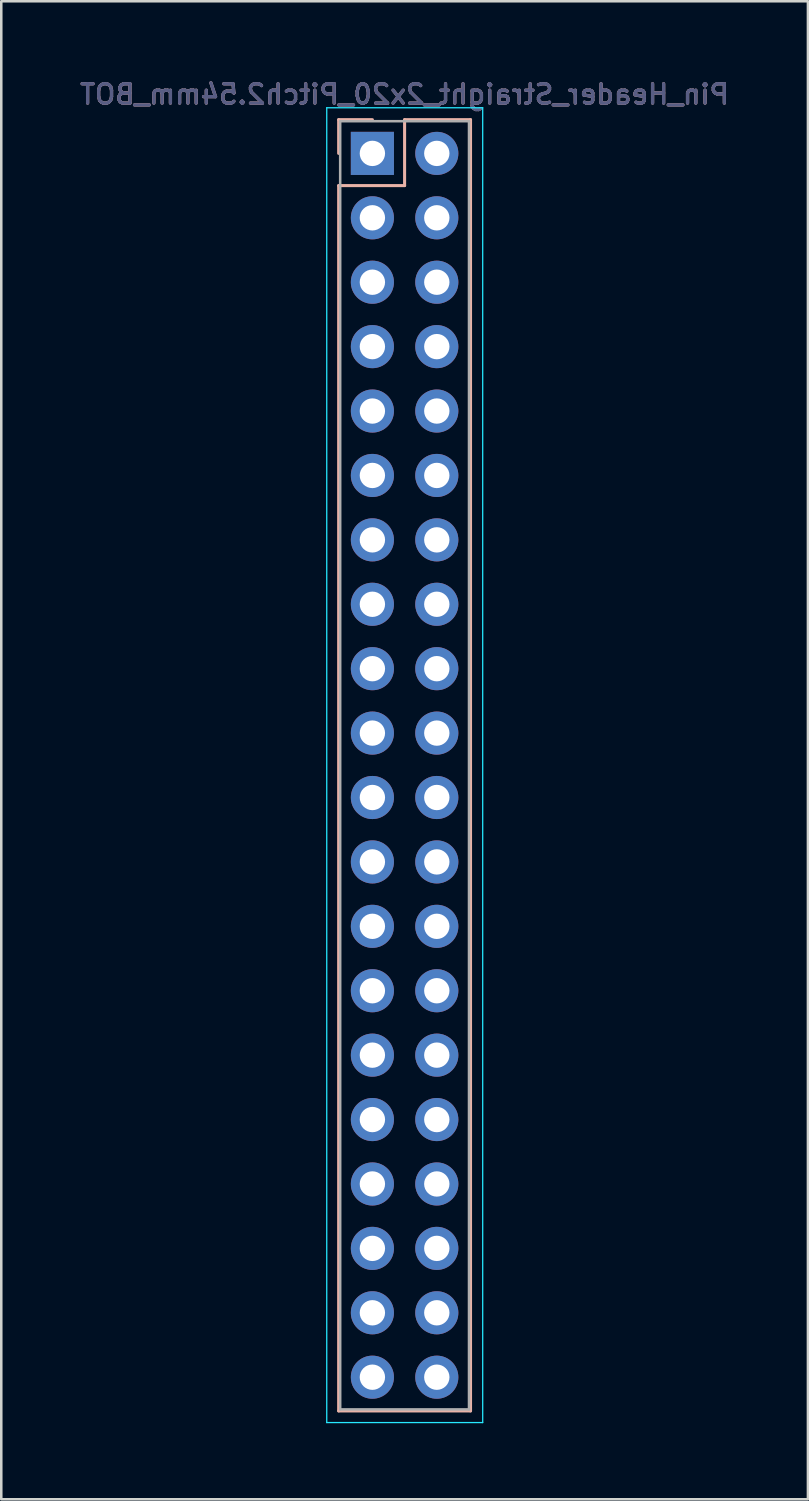
<source format=kicad_pcb>
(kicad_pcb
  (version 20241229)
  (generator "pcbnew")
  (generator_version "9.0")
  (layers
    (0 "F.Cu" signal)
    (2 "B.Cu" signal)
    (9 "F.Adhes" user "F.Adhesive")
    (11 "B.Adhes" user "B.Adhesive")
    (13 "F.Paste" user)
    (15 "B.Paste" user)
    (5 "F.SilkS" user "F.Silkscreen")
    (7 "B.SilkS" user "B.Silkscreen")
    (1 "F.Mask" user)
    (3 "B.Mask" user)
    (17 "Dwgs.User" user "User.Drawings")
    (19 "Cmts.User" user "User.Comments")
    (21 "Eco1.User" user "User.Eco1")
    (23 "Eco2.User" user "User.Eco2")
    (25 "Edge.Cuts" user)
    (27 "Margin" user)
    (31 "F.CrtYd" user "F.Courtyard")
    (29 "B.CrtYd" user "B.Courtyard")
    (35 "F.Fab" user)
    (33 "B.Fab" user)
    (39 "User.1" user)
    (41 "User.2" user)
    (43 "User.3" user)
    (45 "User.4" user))
  (footprint "Pin_Header_Straight_2x20_Pitch2.54mm_BOT"
    (layer "F.Cu")
    (at 11.635 2.999)
    (property "Reference" "Pin_Header_Straight_2x20_Pitch2.54mm_BOT" (at 1.27 -2.33 0) (layer "B.SilkS") (effects (font (size 0.762 0.762) (thickness 0.127)) (justify mirror)))
    (attr through_hole)
    (fp_line (start -1.33 -1.33) (end 0 -1.33) (stroke (width 0.12) (type solid)) (layer "B.SilkS"))
    (fp_line (start -1.33 0) (end -1.33 -1.33) (stroke (width 0.12) (type solid)) (layer "B.SilkS"))
    (fp_line (start -1.33 1.27) (end -1.33 49.59) (stroke (width 0.12) (type solid)) (layer "B.SilkS"))
    (fp_line (start -1.33 49.59) (end 3.87 49.59) (stroke (width 0.12) (type solid)) (layer "B.SilkS"))
    (fp_line (start 1.27 -1.33) (end 1.27 1.27) (stroke (width 0.12) (type solid)) (layer "B.SilkS"))
    (fp_line (start 1.27 1.27) (end -1.33 1.27) (stroke (width 0.12) (type solid)) (layer "B.SilkS"))
    (fp_line (start 3.87 -1.33) (end 1.27 -1.33) (stroke (width 0.12) (type solid)) (layer "B.SilkS"))
    (fp_line (start 3.87 49.59) (end 3.87 -1.33) (stroke (width 0.12) (type solid)) (layer "B.SilkS"))
    (fp_line (start -1.8 -1.8) (end -1.8 50.05) (stroke (width 0.05) (type solid)) (layer "B.CrtYd"))
    (fp_line (start -1.8 50.05) (end 4.35 50.05) (stroke (width 0.05) (type solid)) (layer "B.CrtYd"))
    (fp_line (start 4.35 -1.8) (end -1.8 -1.8) (stroke (width 0.05) (type solid)) (layer "B.CrtYd"))
    (fp_line (start 4.35 50.05) (end 4.35 -1.8) (stroke (width 0.05) (type solid)) (layer "B.CrtYd"))
    (fp_line (start -1.27 -1.27) (end -1.27 49.53) (stroke (width 0.1) (type solid)) (layer "F.Fab"))
    (fp_line (start -1.27 49.53) (end 3.81 49.53) (stroke (width 0.1) (type solid)) (layer "F.Fab"))
    (fp_line (start 3.81 -1.27) (end -1.27 -1.27) (stroke (width 0.1) (type solid)) (layer "F.Fab"))
    (fp_line (start 3.81 49.53) (end 3.81 -1.27) (stroke (width 0.1) (type solid)) (layer "F.Fab"))
    (fp_text user "${REFERENCE}" (at 1.27 -2.33 0) (layer "B.Fab") (effects (font (size 0.762 0.762) (thickness 0.127)) (justify mirror)))
    (pad "1" thru_hole rect (at 0 0) (size 1.7 1.7) (drill 1) (layers "*.Cu" "*.Mask"))
    (pad "2" thru_hole oval (at 2.54 0) (size 1.7 1.7) (drill 1) (layers "*.Cu" "*.Mask"))
    (pad "3" thru_hole oval (at 0 2.54) (size 1.7 1.7) (drill 1) (layers "*.Cu" "*.Mask"))
    (pad "4" thru_hole oval (at 2.54 2.54) (size 1.7 1.7) (drill 1) (layers "*.Cu" "*.Mask"))
    (pad "5" thru_hole oval (at 0 5.08) (size 1.7 1.7) (drill 1) (layers "*.Cu" "*.Mask"))
    (pad "6" thru_hole oval (at 2.54 5.08) (size 1.7 1.7) (drill 1) (layers "*.Cu" "*.Mask"))
    (pad "7" thru_hole oval (at 0 7.62) (size 1.7 1.7) (drill 1) (layers "*.Cu" "*.Mask"))
    (pad "8" thru_hole oval (at 2.54 7.62) (size 1.7 1.7) (drill 1) (layers "*.Cu" "*.Mask"))
    (pad "9" thru_hole oval (at 0 10.16) (size 1.7 1.7) (drill 1) (layers "*.Cu" "*.Mask"))
    (pad "10" thru_hole oval (at 2.54 10.16) (size 1.7 1.7) (drill 1) (layers "*.Cu" "*.Mask"))
    (pad "11" thru_hole oval (at 0 12.7) (size 1.7 1.7) (drill 1) (layers "*.Cu" "*.Mask"))
    (pad "12" thru_hole oval (at 2.54 12.7) (size 1.7 1.7) (drill 1) (layers "*.Cu" "*.Mask"))
    (pad "13" thru_hole oval (at 0 15.24) (size 1.7 1.7) (drill 1) (layers "*.Cu" "*.Mask"))
    (pad "14" thru_hole oval (at 2.54 15.24) (size 1.7 1.7) (drill 1) (layers "*.Cu" "*.Mask"))
    (pad "15" thru_hole oval (at 0 17.78) (size 1.7 1.7) (drill 1) (layers "*.Cu" "*.Mask"))
    (pad "16" thru_hole oval (at 2.54 17.78) (size 1.7 1.7) (drill 1) (layers "*.Cu" "*.Mask"))
    (pad "17" thru_hole oval (at 0 20.32) (size 1.7 1.7) (drill 1) (layers "*.Cu" "*.Mask"))
    (pad "18" thru_hole oval (at 2.54 20.32) (size 1.7 1.7) (drill 1) (layers "*.Cu" "*.Mask"))
    (pad "19" thru_hole oval (at 0 22.86) (size 1.7 1.7) (drill 1) (layers "*.Cu" "*.Mask"))
    (pad "20" thru_hole oval (at 2.54 22.86) (size 1.7 1.7) (drill 1) (layers "*.Cu" "*.Mask"))
    (pad "21" thru_hole oval (at 0 25.4) (size 1.7 1.7) (drill 1) (layers "*.Cu" "*.Mask"))
    (pad "22" thru_hole oval (at 2.54 25.4) (size 1.7 1.7) (drill 1) (layers "*.Cu" "*.Mask"))
    (pad "23" thru_hole oval (at 0 27.94) (size 1.7 1.7) (drill 1) (layers "*.Cu" "*.Mask"))
    (pad "24" thru_hole oval (at 2.54 27.94) (size 1.7 1.7) (drill 1) (layers "*.Cu" "*.Mask"))
    (pad "25" thru_hole oval (at 0 30.48) (size 1.7 1.7) (drill 1) (layers "*.Cu" "*.Mask"))
    (pad "26" thru_hole oval (at 2.54 30.48) (size 1.7 1.7) (drill 1) (layers "*.Cu" "*.Mask"))
    (pad "27" thru_hole oval (at 0 33.02) (size 1.7 1.7) (drill 1) (layers "*.Cu" "*.Mask"))
    (pad "28" thru_hole oval (at 2.54 33.02) (size 1.7 1.7) (drill 1) (layers "*.Cu" "*.Mask"))
    (pad "29" thru_hole oval (at 0 35.56) (size 1.7 1.7) (drill 1) (layers "*.Cu" "*.Mask"))
    (pad "30" thru_hole oval (at 2.54 35.56) (size 1.7 1.7) (drill 1) (layers "*.Cu" "*.Mask"))
    (pad "31" thru_hole oval (at 0 38.1) (size 1.7 1.7) (drill 1) (layers "*.Cu" "*.Mask"))
    (pad "32" thru_hole oval (at 2.54 38.1) (size 1.7 1.7) (drill 1) (layers "*.Cu" "*.Mask"))
    (pad "33" thru_hole oval (at 0 40.64) (size 1.7 1.7) (drill 1) (layers "*.Cu" "*.Mask"))
    (pad "34" thru_hole oval (at 2.54 40.64) (size 1.7 1.7) (drill 1) (layers "*.Cu" "*.Mask"))
    (pad "35" thru_hole oval (at 0 43.18) (size 1.7 1.7) (drill 1) (layers "*.Cu" "*.Mask"))
    (pad "36" thru_hole oval (at 2.54 43.18) (size 1.7 1.7) (drill 1) (layers "*.Cu" "*.Mask"))
    (pad "37" thru_hole oval (at 0 45.72) (size 1.7 1.7) (drill 1) (layers "*.Cu" "*.Mask"))
    (pad "38" thru_hole oval (at 2.54 45.72) (size 1.7 1.7) (drill 1) (layers "*.Cu" "*.Mask"))
    (pad "39" thru_hole oval (at 0 48.26) (size 1.7 1.7) (drill 1) (layers "*.Cu" "*.Mask"))
    (pad "40" thru_hole oval (at 2.54 48.26) (size 1.7 1.7) (drill 1) (layers "*.Cu" "*.Mask")))
  (gr_rect
    (start -3 -3)
    (end 28.81 56.074)
    (stroke (width 0.1) (type default))
    (fill no)
    (layer "Edge.Cuts")))
</source>
